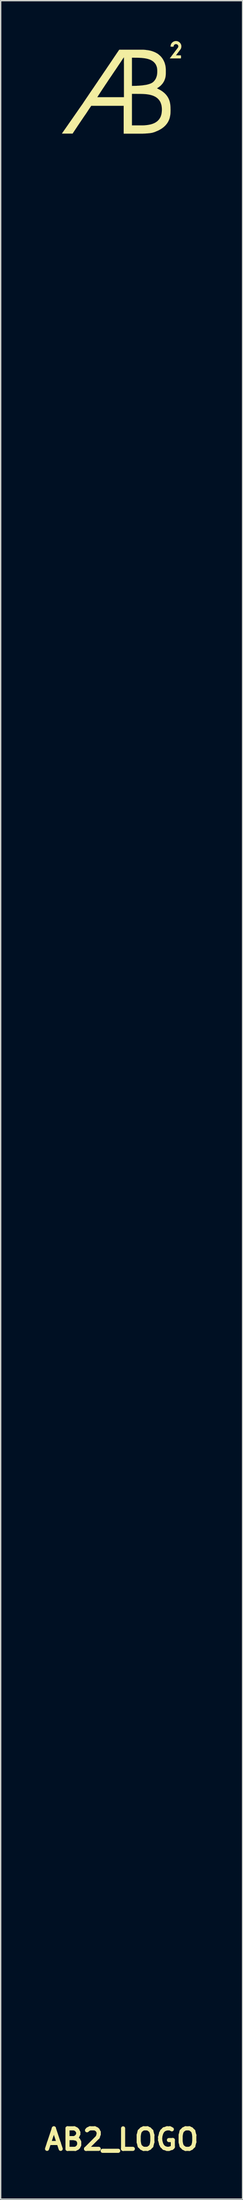
<source format=kicad_pcb>
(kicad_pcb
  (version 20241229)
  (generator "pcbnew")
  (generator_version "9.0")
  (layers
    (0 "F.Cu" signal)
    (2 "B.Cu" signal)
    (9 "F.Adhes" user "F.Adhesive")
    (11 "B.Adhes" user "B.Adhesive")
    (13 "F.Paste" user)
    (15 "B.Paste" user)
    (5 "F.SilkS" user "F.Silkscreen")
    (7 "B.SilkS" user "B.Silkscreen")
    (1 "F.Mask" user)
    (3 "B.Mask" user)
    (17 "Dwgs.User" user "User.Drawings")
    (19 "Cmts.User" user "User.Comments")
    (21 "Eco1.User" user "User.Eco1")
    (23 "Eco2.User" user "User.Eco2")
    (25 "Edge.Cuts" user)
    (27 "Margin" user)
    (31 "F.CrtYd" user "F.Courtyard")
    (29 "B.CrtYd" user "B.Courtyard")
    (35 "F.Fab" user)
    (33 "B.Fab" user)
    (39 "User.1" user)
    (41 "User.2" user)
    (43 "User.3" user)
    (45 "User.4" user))
  (footprint "AB2_LOGO"
    (layer "F.Cu")
    (at 6.002 3.448)
    (property "Reference" "AB2_LOGO" (at 0 152.484 0) (layer "F.SilkS") (effects (font (size 1.524 1.524) (thickness 0.305))))
    (attr through_hole)
    (fp_poly (pts (xy 4.445 -3.058) (xy 4.442 -3.02) (xy 4.437 -2.982) (xy 4.43 -2.944) (xy 4.422 -2.924) (xy 4.417 -2.906) (xy 4.409 -2.888) (xy 4.399 -2.87) (xy 4.392 -2.852) (xy 4.381 -2.837) (xy 4.374 -2.824) (xy 4.369 -2.819) (xy 4.364 -2.809) (xy 4.354 -2.799) (xy 4.343 -2.784) (xy 4.331 -2.769) (xy 4.318 -2.748) (xy 4.3 -2.728) (xy 4.285 -2.705) (xy 4.265 -2.682) (xy 4.247 -2.657) (xy 4.227 -2.629) (xy 4.206 -2.603) (xy 4.183 -2.576) (xy 4.163 -2.545) (xy 4.14 -2.517) (xy 4.13 -2.504) (xy 4.041 -2.388) (xy 4.216 -2.385) (xy 4.392 -2.385) (xy 4.404 -2.372) (xy 4.417 -2.36) (xy 4.417 -2.273) (xy 4.417 -2.184) (xy 4.404 -2.172) (xy 4.392 -2.159) (xy 3.988 -2.159) (xy 3.584 -2.159) (xy 3.66 -2.258) (xy 3.673 -2.276) (xy 3.688 -2.296) (xy 3.706 -2.319) (xy 3.724 -2.342) (xy 3.741 -2.367) (xy 3.762 -2.393) (xy 3.782 -2.421) (xy 3.802 -2.446) (xy 3.823 -2.474) (xy 3.843 -2.499) (xy 3.853 -2.512) (xy 3.886 -2.558) (xy 3.919 -2.598) (xy 3.947 -2.637) (xy 3.975 -2.675) (xy 4 -2.708) (xy 4.023 -2.738) (xy 4.046 -2.766) (xy 4.064 -2.791) (xy 4.082 -2.814) (xy 4.1 -2.835) (xy 4.112 -2.855) (xy 4.128 -2.873) (xy 4.138 -2.888) (xy 4.148 -2.901) (xy 4.158 -2.913) (xy 4.166 -2.924) (xy 4.173 -2.934) (xy 4.178 -2.941) (xy 4.183 -2.949) (xy 4.188 -2.954) (xy 4.191 -2.959) (xy 4.194 -2.964) (xy 4.196 -2.969) (xy 4.199 -2.972) (xy 4.201 -2.974) (xy 4.201 -2.977) (xy 4.201 -2.979) (xy 4.211 -3.002) (xy 4.219 -3.028) (xy 4.219 -3.051) (xy 4.219 -3.076) (xy 4.214 -3.099) (xy 4.204 -3.122) (xy 4.194 -3.142) (xy 4.178 -3.162) (xy 4.161 -3.18) (xy 4.14 -3.195) (xy 4.12 -3.205) (xy 4.107 -3.211) (xy 4.097 -3.216) (xy 4.087 -3.218) (xy 4.077 -3.218) (xy 4.067 -3.221) (xy 4.051 -3.221) (xy 4.041 -3.221) (xy 4.028 -3.221) (xy 4.021 -3.221) (xy 4.013 -3.221) (xy 4.006 -3.218) (xy 4 -3.218) (xy 3.995 -3.216) (xy 3.993 -3.216) (xy 3.97 -3.205) (xy 3.947 -3.193) (xy 3.927 -3.175) (xy 3.909 -3.157) (xy 3.894 -3.137) (xy 3.884 -3.117) (xy 3.881 -3.111) (xy 3.876 -3.099) (xy 3.871 -3.086) (xy 3.868 -3.071) (xy 3.868 -3.061) (xy 3.868 -3.056) (xy 3.866 -3.051) (xy 3.863 -3.048) (xy 3.858 -3.043) (xy 3.856 -3.04) (xy 3.846 -3.028) (xy 3.744 -3.03) (xy 3.645 -3.03) (xy 3.645 -3.048) (xy 3.645 -3.073) (xy 3.647 -3.099) (xy 3.65 -3.127) (xy 3.658 -3.155) (xy 3.663 -3.178) (xy 3.678 -3.213) (xy 3.693 -3.244) (xy 3.711 -3.274) (xy 3.734 -3.302) (xy 3.759 -3.33) (xy 3.762 -3.332) (xy 3.792 -3.358) (xy 3.825 -3.383) (xy 3.858 -3.401) (xy 3.896 -3.419) (xy 3.934 -3.432) (xy 3.973 -3.442) (xy 4.016 -3.447) (xy 4.036 -3.447) (xy 4.072 -3.447) (xy 4.107 -3.444) (xy 4.145 -3.437) (xy 4.178 -3.424) (xy 4.214 -3.411) (xy 4.247 -3.393) (xy 4.277 -3.373) (xy 4.305 -3.35) (xy 4.333 -3.322) (xy 4.359 -3.294) (xy 4.381 -3.264) (xy 4.399 -3.233) (xy 4.415 -3.198) (xy 4.425 -3.175) (xy 4.435 -3.137) (xy 4.442 -3.099) (xy 4.445 -3.058)) (stroke (width 0.003) (type solid)) (fill yes) (layer "F.SilkS"))
    (fp_poly (pts (xy 3.64 1.689) (xy 3.64 1.725) (xy 3.64 1.763) (xy 3.637 1.798) (xy 3.637 1.831) (xy 3.637 1.862) (xy 3.635 1.89) (xy 3.635 1.915) (xy 3.632 1.925) (xy 3.63 1.976) (xy 3.622 2.029) (xy 3.614 2.085) (xy 3.604 2.139) (xy 3.592 2.192) (xy 3.581 2.245) (xy 3.566 2.294) (xy 3.566 2.299) (xy 3.543 2.367) (xy 3.515 2.433) (xy 3.487 2.497) (xy 3.452 2.56) (xy 3.416 2.621) (xy 3.376 2.68) (xy 3.33 2.738) (xy 3.294 2.781) (xy 3.284 2.791) (xy 3.274 2.807) (xy 3.259 2.819) (xy 3.244 2.837) (xy 3.228 2.852) (xy 3.211 2.868) (xy 3.195 2.883) (xy 3.18 2.898) (xy 3.165 2.911) (xy 3.155 2.921) (xy 3.119 2.951) (xy 3.086 2.977) (xy 3.053 3.002) (xy 3.018 3.028) (xy 2.997 3.043) (xy 2.997 1.623) (xy 2.995 1.557) (xy 2.99 1.486) (xy 2.982 1.42) (xy 2.972 1.354) (xy 2.957 1.29) (xy 2.939 1.229) (xy 2.918 1.171) (xy 2.896 1.113) (xy 2.87 1.059) (xy 2.84 1.008) (xy 2.807 0.96) (xy 2.779 0.922) (xy 2.741 0.879) (xy 2.703 0.838) (xy 2.659 0.798) (xy 2.614 0.762) (xy 2.565 0.729) (xy 2.515 0.696) (xy 2.459 0.668) (xy 2.403 0.64) (xy 2.342 0.615) (xy 2.278 0.592) (xy 2.21 0.572) (xy 2.202 0.569) (xy 2.154 0.556) (xy 2.103 0.544) (xy 2.047 0.533) (xy 1.991 0.523) (xy 1.933 0.513) (xy 1.869 0.505) (xy 1.803 0.498) (xy 1.735 0.493) (xy 1.661 0.488) (xy 1.585 0.483) (xy 1.57 0.483) (xy 1.549 0.483) (xy 1.527 0.48) (xy 1.501 0.48) (xy 1.471 0.48) (xy 1.44 0.48) (xy 1.405 0.478) (xy 1.369 0.478) (xy 1.331 0.478) (xy 1.29 0.478) (xy 1.25 0.478) (xy 1.206 0.478) (xy 1.166 0.478) (xy 1.123 0.475) (xy 1.077 0.475) (xy 1.034 0.475) (xy 1.003 0.475) (xy 0.767 0.475) (xy 0.767 1.648) (xy 0.767 2.819) (xy 1.186 2.819) (xy 1.237 2.819) (xy 1.283 2.819) (xy 1.326 2.819) (xy 1.364 2.819) (xy 1.4 2.819) (xy 1.433 2.819) (xy 1.46 2.819) (xy 1.488 2.819) (xy 1.514 2.819) (xy 1.534 2.819) (xy 1.554 2.819) (xy 1.572 2.819) (xy 1.587 2.819) (xy 1.6 2.819) (xy 1.613 2.819) (xy 1.623 2.817) (xy 1.633 2.817) (xy 1.641 2.817) (xy 1.648 2.817) (xy 1.656 2.817) (xy 1.659 2.817) (xy 1.735 2.812) (xy 1.808 2.804) (xy 1.88 2.797) (xy 1.946 2.789) (xy 2.009 2.779) (xy 2.07 2.766) (xy 2.131 2.753) (xy 2.187 2.741) (xy 2.24 2.723) (xy 2.294 2.708) (xy 2.344 2.687) (xy 2.395 2.667) (xy 2.443 2.644) (xy 2.446 2.644) (xy 2.499 2.616) (xy 2.553 2.583) (xy 2.603 2.548) (xy 2.652 2.512) (xy 2.695 2.471) (xy 2.738 2.428) (xy 2.776 2.385) (xy 2.812 2.337) (xy 2.842 2.291) (xy 2.87 2.243) (xy 2.896 2.192) (xy 2.918 2.139) (xy 2.936 2.083) (xy 2.954 2.027) (xy 2.967 1.966) (xy 2.979 1.902) (xy 2.987 1.836) (xy 2.992 1.768) (xy 2.997 1.697) (xy 2.997 1.623) (xy 2.997 3.043) (xy 2.982 3.053) (xy 2.972 3.061) (xy 2.931 3.084) (xy 2.891 3.109) (xy 2.85 3.132) (xy 2.809 3.155) (xy 2.769 3.178) (xy 2.731 3.195) (xy 2.692 3.213) (xy 2.657 3.231) (xy 2.626 3.241) (xy 2.614 3.246) (xy 2.601 3.251) (xy 2.583 3.259) (xy 2.568 3.266) (xy 2.553 3.272) (xy 2.548 3.274) (xy 2.525 3.284) (xy 2.504 3.294) (xy 2.487 3.302) (xy 2.469 3.307) (xy 2.456 3.312) (xy 2.443 3.317) (xy 2.431 3.32) (xy 2.418 3.325) (xy 2.405 3.327) (xy 2.393 3.332) (xy 2.388 3.335) (xy 2.355 3.345) (xy 2.322 3.355) (xy 2.283 3.365) (xy 2.243 3.373) (xy 2.197 3.381) (xy 2.149 3.388) (xy 2.098 3.396) (xy 2.045 3.401) (xy 1.986 3.406) (xy 1.963 3.409) (xy 1.915 3.414) (xy 1.872 3.416) (xy 1.829 3.419) (xy 1.791 3.421) (xy 1.753 3.424) (xy 1.717 3.426) (xy 1.681 3.429) (xy 1.646 3.429) (xy 1.61 3.429) (xy 1.6 3.432) (xy 1.582 3.432) (xy 1.565 3.432) (xy 1.549 3.432) (xy 1.537 3.432) (xy 1.524 3.432) (xy 1.516 3.432) (xy 1.511 3.432) (xy 1.509 3.432) (xy 1.504 3.432) (xy 1.494 3.432) (xy 1.478 3.432) (xy 1.463 3.432) (xy 1.44 3.432) (xy 1.417 3.432) (xy 1.392 3.432) (xy 1.361 3.432) (xy 1.331 3.432) (xy 1.295 3.432) (xy 1.26 3.432) (xy 1.219 3.432) (xy 1.179 3.432) (xy 1.135 3.432) (xy 1.09 3.432) (xy 1.044 3.432) (xy 0.996 3.432) (xy 0.945 3.432) (xy 0.897 3.432) (xy 0.843 3.432) (xy 0.831 3.432) (xy 0.173 3.432) (xy 0.173 -2.23) (xy 0.17 -2.23) (xy 0.163 -2.225) (xy 0.152 -2.22) (xy 0.15 -2.217) (xy 0.147 -2.215) (xy 0.145 -2.21) (xy 0.137 -2.2) (xy 0.13 -2.189) (xy 0.122 -2.174) (xy 0.109 -2.159) (xy 0.097 -2.141) (xy 0.084 -2.121) (xy 0.069 -2.098) (xy 0.053 -2.075) (xy 0.036 -2.05) (xy 0.018 -2.022) (xy 0 -1.994) (xy -0.018 -1.966) (xy -0.038 -1.938) (xy -0.056 -1.908) (xy -0.076 -1.88) (xy -0.097 -1.849) (xy -0.117 -1.819) (xy -0.137 -1.791) (xy -0.157 -1.763) (xy -0.175 -1.732) (xy -0.193 -1.707) (xy -0.211 -1.679) (xy -0.229 -1.656) (xy -0.244 -1.633) (xy -0.257 -1.61) (xy -0.272 -1.59) (xy -0.282 -1.572) (xy -0.287 -1.567) (xy -0.305 -1.542) (xy -0.323 -1.511) (xy -0.343 -1.481) (xy -0.366 -1.45) (xy -0.386 -1.417) (xy -0.409 -1.384) (xy -0.429 -1.354) (xy -0.45 -1.323) (xy -0.467 -1.298) (xy -0.475 -1.285) (xy -0.521 -1.222) (xy -0.566 -1.153) (xy -0.612 -1.085) (xy -0.66 -1.016) (xy -0.706 -0.945) (xy -0.754 -0.874) (xy -0.803 -0.803) (xy -0.853 -0.729) (xy -0.902 -0.658) (xy -0.95 -0.587) (xy -0.998 -0.516) (xy -1.044 -0.445) (xy -1.09 -0.376) (xy -1.135 -0.307) (xy -1.181 -0.241) (xy -1.224 -0.178) (xy -1.265 -0.114) (xy -1.303 -0.056) (xy -1.341 0) (xy -1.377 0.053) (xy -1.392 0.076) (xy -1.41 0.102) (xy -1.427 0.13) (xy -1.445 0.157) (xy -1.466 0.185) (xy -1.483 0.213) (xy -1.501 0.244) (xy -1.521 0.272) (xy -1.539 0.3) (xy -1.557 0.325) (xy -1.572 0.351) (xy -1.59 0.376) (xy -1.605 0.399) (xy -1.618 0.422) (xy -1.631 0.442) (xy -1.643 0.46) (xy -1.654 0.475) (xy -1.661 0.488) (xy -1.669 0.498) (xy -1.671 0.505) (xy -1.674 0.508) (xy -1.676 0.511) (xy -1.681 0.518) (xy -1.687 0.526) (xy -1.694 0.538) (xy -1.702 0.551) (xy -1.712 0.564) (xy -1.722 0.579) (xy -1.725 0.587) (xy -1.742 0.612) (xy -1.755 0.635) (xy -1.768 0.653) (xy -1.781 0.671) (xy -1.788 0.683) (xy -1.796 0.696) (xy -1.803 0.709) (xy -1.806 0.714) (xy -1.814 0.726) (xy -0.818 0.726) (xy 0.173 0.726) (xy 0.173 -0.559) (xy 0.173 -0.632) (xy 0.173 -0.704) (xy 0.173 -0.772) (xy 0.173 -0.843) (xy 0.173 -0.909) (xy 0.173 -0.978) (xy 0.173 -1.041) (xy 0.173 -1.105) (xy 0.173 -1.168) (xy 0.173 -1.229) (xy 0.173 -1.285) (xy 0.173 -1.344) (xy 0.173 -1.397) (xy 0.173 -1.45) (xy 0.173 -1.499) (xy 0.173 -1.547) (xy 0.173 -1.59) (xy 0.173 -1.633) (xy 0.173 -1.671) (xy 0.173 -1.709) (xy 0.173 -1.742) (xy 0.173 -1.773) (xy 0.17 -1.801) (xy 0.17 -1.824) (xy 0.17 -1.844) (xy 0.17 -1.862) (xy 0.17 -1.875) (xy 0.17 -1.885) (xy 0.17 -1.89) (xy 0.17 -1.9) (xy 0.17 -1.913) (xy 0.17 -1.928) (xy 0.173 -1.946) (xy 0.173 -1.968) (xy 0.173 -1.989) (xy 0.173 -2.014) (xy 0.173 -2.04) (xy 0.173 -2.065) (xy 0.173 -2.083) (xy 0.173 -2.23) (xy 0.173 3.432) (xy 0.155 3.432) (xy 0.155 2.398) (xy 0.155 1.364) (xy -1.052 1.364) (xy -2.263 1.364) (xy -2.334 1.471) (xy -2.36 1.506) (xy -2.38 1.539) (xy -2.4 1.57) (xy -2.421 1.595) (xy -2.436 1.621) (xy -2.451 1.643) (xy -2.464 1.664) (xy -2.477 1.681) (xy -2.487 1.699) (xy -2.497 1.714) (xy -2.507 1.727) (xy -2.515 1.74) (xy -2.522 1.75) (xy -2.53 1.763) (xy -2.535 1.77) (xy -2.54 1.778) (xy -2.55 1.796) (xy -2.565 1.816) (xy -2.578 1.839) (xy -2.593 1.859) (xy -2.609 1.882) (xy -2.624 1.905) (xy -2.637 1.928) (xy -2.652 1.948) (xy -2.667 1.971) (xy -2.68 1.989) (xy -2.692 2.007) (xy -2.703 2.022) (xy -2.71 2.035) (xy -2.718 2.045) (xy -2.72 2.047) (xy -2.728 2.057) (xy -2.733 2.068) (xy -2.741 2.075) (xy -2.746 2.083) (xy -2.751 2.09) (xy -2.756 2.098) (xy -2.764 2.108) (xy -2.771 2.118) (xy -2.779 2.131) (xy -2.789 2.146) (xy -2.802 2.164) (xy -2.802 2.167) (xy -2.83 2.205) (xy -2.857 2.245) (xy -2.888 2.291) (xy -2.918 2.337) (xy -2.951 2.385) (xy -2.987 2.436) (xy -3.023 2.489) (xy -3.058 2.543) (xy -3.096 2.598) (xy -3.134 2.654) (xy -3.172 2.71) (xy -3.211 2.769) (xy -3.249 2.824) (xy -3.287 2.88) (xy -3.322 2.936) (xy -3.36 2.992) (xy -3.396 3.045) (xy -3.432 3.099) (xy -3.465 3.15) (xy -3.498 3.198) (xy -3.528 3.244) (xy -3.538 3.259) (xy -3.65 3.429) (xy -4.046 3.429) (xy -4.087 3.429) (xy -4.125 3.429) (xy -4.163 3.429) (xy -4.199 3.429) (xy -4.232 3.429) (xy -4.265 3.429) (xy -4.295 3.429) (xy -4.323 3.429) (xy -4.348 3.429) (xy -4.371 3.429) (xy -4.392 3.429) (xy -4.409 3.429) (xy -4.422 3.429) (xy -4.432 3.429) (xy -4.44 3.429) (xy -4.442 3.429) (xy -4.442 3.426) (xy -4.44 3.421) (xy -4.435 3.416) (xy -4.427 3.406) (xy -4.422 3.396) (xy -4.412 3.383) (xy -4.412 3.381) (xy -4.407 3.373) (xy -4.399 3.363) (xy -4.394 3.355) (xy -4.389 3.345) (xy -4.381 3.338) (xy -4.376 3.327) (xy -4.369 3.317) (xy -4.361 3.305) (xy -4.351 3.292) (xy -4.341 3.277) (xy -4.328 3.259) (xy -4.315 3.241) (xy -4.298 3.218) (xy -4.285 3.198) (xy -4.282 3.193) (xy -4.277 3.188) (xy -4.27 3.175) (xy -4.26 3.162) (xy -4.249 3.147) (xy -4.234 3.127) (xy -4.221 3.106) (xy -4.204 3.081) (xy -4.186 3.056) (xy -4.166 3.028) (xy -4.143 2.997) (xy -4.122 2.964) (xy -4.097 2.929) (xy -4.072 2.893) (xy -4.046 2.855) (xy -4.018 2.817) (xy -3.99 2.776) (xy -3.96 2.733) (xy -3.932 2.69) (xy -3.901 2.647) (xy -3.868 2.601) (xy -3.838 2.558) (xy -3.805 2.51) (xy -3.772 2.464) (xy -3.739 2.416) (xy -3.706 2.37) (xy -3.673 2.322) (xy -3.64 2.276) (xy -3.607 2.228) (xy -3.574 2.179) (xy -3.543 2.134) (xy -3.51 2.088) (xy -3.477 2.042) (xy -3.447 1.996) (xy -3.416 1.953) (xy -3.386 1.91) (xy -3.355 1.867) (xy -3.327 1.826) (xy -3.299 1.786) (xy -3.274 1.748) (xy -3.249 1.712) (xy -3.223 1.676) (xy -3.2 1.643) (xy -3.18 1.613) (xy -3.16 1.582) (xy -3.139 1.557) (xy -3.122 1.532) (xy -3.106 1.509) (xy -3.094 1.488) (xy -3.081 1.471) (xy -3.071 1.458) (xy -3.063 1.445) (xy -3.058 1.438) (xy -3.056 1.433) (xy -3.048 1.425) (xy -3.04 1.412) (xy -3.03 1.4) (xy -3.02 1.384) (xy -3.007 1.367) (xy -2.995 1.351) (xy -2.985 1.333) (xy -2.979 1.326) (xy -2.959 1.298) (xy -2.939 1.273) (xy -2.924 1.25) (xy -2.908 1.227) (xy -2.896 1.209) (xy -2.883 1.191) (xy -2.873 1.173) (xy -2.863 1.158) (xy -2.852 1.143) (xy -2.842 1.128) (xy -2.832 1.113) (xy -2.827 1.105) (xy -2.824 1.1) (xy -2.822 1.095) (xy -2.814 1.085) (xy -2.807 1.072) (xy -2.797 1.057) (xy -2.784 1.039) (xy -2.769 1.016) (xy -2.753 0.993) (xy -2.733 0.965) (xy -2.715 0.935) (xy -2.692 0.904) (xy -2.67 0.869) (xy -2.644 0.831) (xy -2.616 0.792) (xy -2.588 0.749) (xy -2.558 0.706) (xy -2.527 0.66) (xy -2.494 0.612) (xy -2.461 0.561) (xy -2.426 0.511) (xy -2.39 0.457) (xy -2.352 0.401) (xy -2.314 0.343) (xy -2.273 0.284) (xy -2.233 0.224) (xy -2.189 0.163) (xy -2.146 0.099) (xy -2.103 0.036) (xy -2.057 -0.028) (xy -2.014 -0.097) (xy -1.966 -0.163) (xy -1.92 -0.234) (xy -1.872 -0.302) (xy -1.824 -0.373) (xy -1.775 -0.445) (xy -1.76 -0.47) (xy -1.712 -0.541) (xy -1.664 -0.612) (xy -1.615 -0.683) (xy -1.567 -0.752) (xy -1.521 -0.82) (xy -1.476 -0.886) (xy -1.43 -0.953) (xy -1.387 -1.019) (xy -1.344 -1.082) (xy -1.3 -1.146) (xy -1.26 -1.206) (xy -1.219 -1.265) (xy -1.179 -1.323) (xy -1.14 -1.379) (xy -1.105 -1.435) (xy -1.069 -1.488) (xy -1.034 -1.539) (xy -1.001 -1.587) (xy -0.968 -1.636) (xy -0.937 -1.681) (xy -0.909 -1.722) (xy -0.881 -1.763) (xy -0.856 -1.801) (xy -0.831 -1.839) (xy -0.808 -1.872) (xy -0.787 -1.902) (xy -0.767 -1.93) (xy -0.752 -1.956) (xy -0.737 -1.979) (xy -0.721 -1.999) (xy -0.711 -2.017) (xy -0.701 -2.029) (xy -0.693 -2.042) (xy -0.688 -2.05) (xy -0.686 -2.052) (xy -0.686 -2.055) (xy -0.673 -2.073) (xy -0.658 -2.095) (xy -0.643 -2.121) (xy -0.622 -2.149) (xy -0.602 -2.179) (xy -0.579 -2.212) (xy -0.556 -2.248) (xy -0.544 -2.268) (xy -0.528 -2.289) (xy -0.511 -2.314) (xy -0.493 -2.342) (xy -0.47 -2.372) (xy -0.45 -2.405) (xy -0.427 -2.438) (xy -0.401 -2.477) (xy -0.376 -2.512) (xy -0.351 -2.553) (xy -0.323 -2.591) (xy -0.295 -2.631) (xy -0.287 -2.644) (xy -0.178 -2.804) (xy 0.724 -2.804) (xy 0.803 -2.802) (xy 0.879 -2.802) (xy 0.95 -2.802) (xy 1.016 -2.802) (xy 1.079 -2.802) (xy 1.14 -2.802) (xy 1.196 -2.802) (xy 1.247 -2.802) (xy 1.298 -2.802) (xy 1.344 -2.802) (xy 1.384 -2.802) (xy 1.425 -2.802) (xy 1.46 -2.802) (xy 1.494 -2.802) (xy 1.521 -2.802) (xy 1.549 -2.802) (xy 1.572 -2.802) (xy 1.593 -2.802) (xy 1.613 -2.802) (xy 1.626 -2.802) (xy 1.638 -2.802) (xy 1.648 -2.802) (xy 1.656 -2.799) (xy 1.661 -2.799) (xy 1.687 -2.799) (xy 1.704 -2.797) (xy 1.722 -2.797) (xy 1.737 -2.794) (xy 1.753 -2.794) (xy 1.768 -2.791) (xy 1.783 -2.789) (xy 1.801 -2.789) (xy 1.808 -2.786) (xy 1.892 -2.776) (xy 1.971 -2.766) (xy 2.047 -2.751) (xy 2.121 -2.736) (xy 2.192 -2.718) (xy 2.261 -2.697) (xy 2.327 -2.675) (xy 2.393 -2.649) (xy 2.438 -2.631) (xy 2.454 -2.626) (xy 2.471 -2.616) (xy 2.492 -2.609) (xy 2.512 -2.598) (xy 2.532 -2.586) (xy 2.553 -2.576) (xy 2.573 -2.565) (xy 2.591 -2.555) (xy 2.606 -2.548) (xy 2.67 -2.51) (xy 2.728 -2.469) (xy 2.784 -2.423) (xy 2.837 -2.377) (xy 2.888 -2.329) (xy 2.936 -2.278) (xy 2.957 -2.253) (xy 3.002 -2.195) (xy 3.045 -2.136) (xy 3.084 -2.073) (xy 3.119 -2.009) (xy 3.152 -1.941) (xy 3.183 -1.872) (xy 3.208 -1.803) (xy 3.228 -1.73) (xy 3.239 -1.692) (xy 3.246 -1.661) (xy 3.254 -1.633) (xy 3.259 -1.603) (xy 3.264 -1.572) (xy 3.269 -1.542) (xy 3.274 -1.511) (xy 3.277 -1.481) (xy 3.279 -1.448) (xy 3.282 -1.412) (xy 3.284 -1.377) (xy 3.287 -1.336) (xy 3.287 -1.295) (xy 3.287 -1.25) (xy 3.287 -1.201) (xy 3.287 -1.151) (xy 3.287 -1.133) (xy 3.287 -1.102) (xy 3.287 -1.074) (xy 3.287 -1.052) (xy 3.287 -1.029) (xy 3.284 -1.011) (xy 3.284 -0.993) (xy 3.284 -0.975) (xy 3.284 -0.96) (xy 3.282 -0.945) (xy 3.282 -0.932) (xy 3.279 -0.914) (xy 3.279 -0.902) (xy 3.272 -0.831) (xy 3.259 -0.762) (xy 3.244 -0.696) (xy 3.223 -0.632) (xy 3.2 -0.569) (xy 3.175 -0.505) (xy 3.145 -0.447) (xy 3.111 -0.389) (xy 3.076 -0.335) (xy 3.043 -0.287) (xy 3.005 -0.244) (xy 2.967 -0.201) (xy 2.926 -0.157) (xy 2.883 -0.117) (xy 2.837 -0.079) (xy 2.786 -0.041) (xy 2.733 -0.003) (xy 2.677 0.033) (xy 2.657 0.046) (xy 2.654 0.048) (xy 2.654 -1.212) (xy 2.654 -1.232) (xy 2.654 -1.255) (xy 2.654 -1.275) (xy 2.652 -1.29) (xy 2.652 -1.306) (xy 2.652 -1.318) (xy 2.652 -1.321) (xy 2.647 -1.364) (xy 2.642 -1.405) (xy 2.637 -1.443) (xy 2.629 -1.478) (xy 2.621 -1.514) (xy 2.611 -1.547) (xy 2.598 -1.58) (xy 2.588 -1.608) (xy 2.568 -1.656) (xy 2.543 -1.704) (xy 2.515 -1.75) (xy 2.482 -1.793) (xy 2.446 -1.836) (xy 2.408 -1.875) (xy 2.367 -1.913) (xy 2.322 -1.948) (xy 2.273 -1.981) (xy 2.223 -2.012) (xy 2.169 -2.04) (xy 2.111 -2.065) (xy 2.052 -2.088) (xy 1.989 -2.108) (xy 1.923 -2.126) (xy 1.915 -2.129) (xy 1.872 -2.139) (xy 1.824 -2.149) (xy 1.775 -2.159) (xy 1.722 -2.167) (xy 1.666 -2.174) (xy 1.61 -2.182) (xy 1.552 -2.187) (xy 1.494 -2.195) (xy 1.44 -2.197) (xy 1.415 -2.2) (xy 1.392 -2.2) (xy 1.369 -2.202) (xy 1.346 -2.202) (xy 1.323 -2.205) (xy 1.3 -2.205) (xy 1.278 -2.207) (xy 1.252 -2.207) (xy 1.227 -2.207) (xy 1.199 -2.207) (xy 1.168 -2.21) (xy 1.135 -2.21) (xy 1.1 -2.21) (xy 1.062 -2.21) (xy 1.021 -2.21) (xy 0.988 -2.21) (xy 0.767 -2.212) (xy 0.767 -1.163) (xy 0.767 -0.114) (xy 0.884 -0.117) (xy 0.909 -0.117) (xy 0.935 -0.117) (xy 0.96 -0.117) (xy 0.988 -0.117) (xy 1.011 -0.119) (xy 1.036 -0.119) (xy 1.057 -0.119) (xy 1.074 -0.119) (xy 1.079 -0.119) (xy 1.151 -0.124) (xy 1.219 -0.127) (xy 1.283 -0.13) (xy 1.346 -0.135) (xy 1.405 -0.14) (xy 1.46 -0.145) (xy 1.516 -0.15) (xy 1.567 -0.155) (xy 1.621 -0.163) (xy 1.669 -0.17) (xy 1.72 -0.178) (xy 1.768 -0.185) (xy 1.773 -0.185) (xy 1.844 -0.198) (xy 1.91 -0.213) (xy 1.971 -0.229) (xy 2.032 -0.246) (xy 2.088 -0.264) (xy 2.139 -0.284) (xy 2.187 -0.305) (xy 2.23 -0.325) (xy 2.271 -0.348) (xy 2.309 -0.373) (xy 2.342 -0.399) (xy 2.372 -0.424) (xy 2.383 -0.437) (xy 2.423 -0.48) (xy 2.461 -0.526) (xy 2.494 -0.574) (xy 2.525 -0.625) (xy 2.553 -0.676) (xy 2.576 -0.732) (xy 2.596 -0.787) (xy 2.614 -0.846) (xy 2.629 -0.907) (xy 2.639 -0.97) (xy 2.647 -1.036) (xy 2.652 -1.077) (xy 2.652 -1.09) (xy 2.652 -1.105) (xy 2.652 -1.125) (xy 2.654 -1.146) (xy 2.654 -1.166) (xy 2.654 -1.189) (xy 2.654 -1.212) (xy 2.654 0.048) (xy 2.639 0.058) (xy 2.639 0.066) (xy 2.639 0.074) (xy 2.654 0.081) (xy 2.664 0.084) (xy 2.675 0.091) (xy 2.69 0.097) (xy 2.705 0.104) (xy 2.723 0.114) (xy 2.741 0.122) (xy 2.758 0.132) (xy 2.776 0.142) (xy 2.794 0.15) (xy 2.809 0.157) (xy 2.822 0.165) (xy 2.835 0.17) (xy 2.835 0.173) (xy 2.898 0.208) (xy 2.957 0.244) (xy 3.012 0.282) (xy 3.066 0.32) (xy 3.114 0.358) (xy 3.162 0.399) (xy 3.208 0.439) (xy 3.233 0.465) (xy 3.279 0.513) (xy 3.32 0.559) (xy 3.358 0.607) (xy 3.393 0.658) (xy 3.429 0.709) (xy 3.434 0.716) (xy 3.462 0.77) (xy 3.49 0.82) (xy 3.515 0.876) (xy 3.538 0.93) (xy 3.556 0.986) (xy 3.574 1.044) (xy 3.589 1.105) (xy 3.602 1.168) (xy 3.614 1.232) (xy 3.622 1.3) (xy 3.63 1.372) (xy 3.632 1.415) (xy 3.635 1.443) (xy 3.635 1.473) (xy 3.637 1.504) (xy 3.637 1.539) (xy 3.637 1.575) (xy 3.64 1.613) (xy 3.64 1.651) (xy 3.64 1.689)) (stroke (width 0.003) (type solid)) (fill yes) (layer "F.SilkS")))
  (gr_rect
    (start -3 -3)
    (end 15.003 160.358)
    (stroke (width 0.1) (type default))
    (fill no)
    (layer "Edge.Cuts")))
</source>
